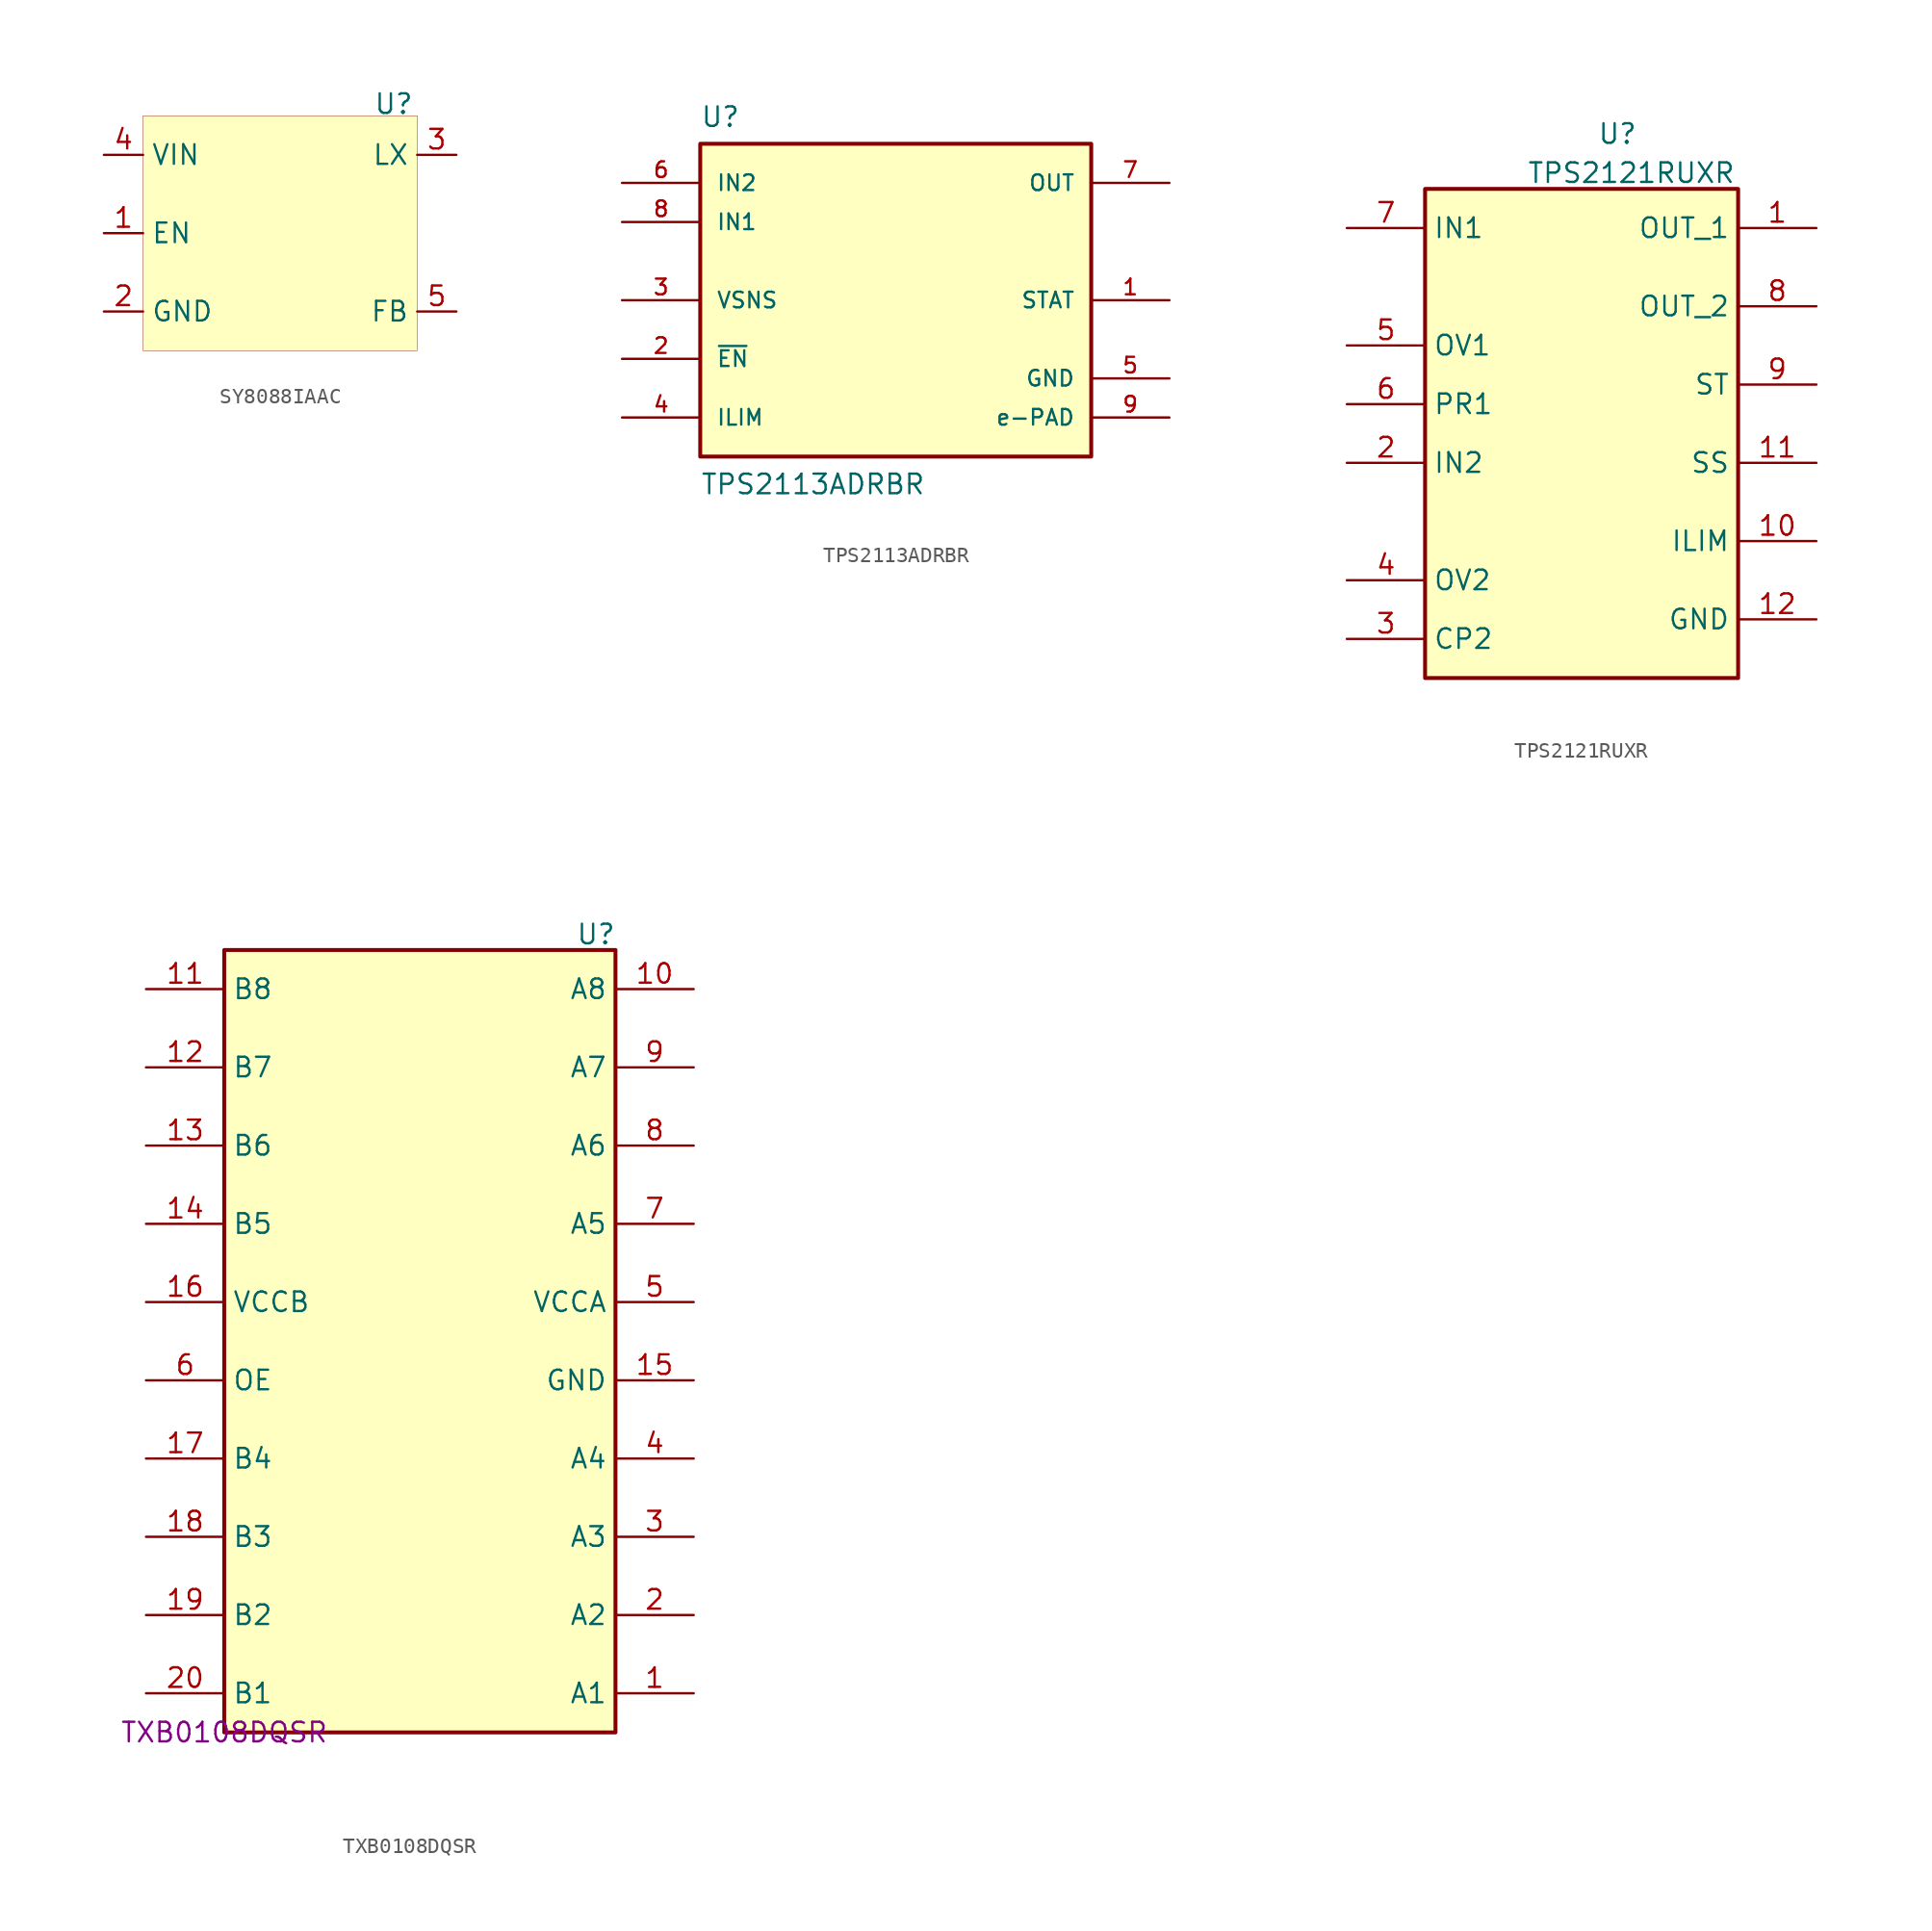
<source format=kicad_sym>
(kicad_symbol_lib
  (version 20231120)
  (generator "kicad_symbol_editor")
  (generator_version "8.0")
  (symbol "SY8088IAAC"
    (property "Reference" "U"
      (at 16.256 16.002 0)
      (effects (font (size 1.27 1.27))))
    (property "Value" ""
      (at 0 0 0)
      (effects (font (size 1.27 1.27))))
    (symbol "SY8088IAAC_1_0"
      (rectangle (start 0 15.24) (end 17.78 0) (stroke (width 0.025) (type solid) (color 128 0 0 1)) (fill (type background)))
      (pin passive line (at -2.54 7.62 0) (length 2.54) (name "EN" (effects (font (size 1.27 1.27)))) (number "1" (effects (font (size 1.27 1.27)))))
      (pin passive line (at -2.54 2.54 0) (length 2.54) (name "GND" (effects (font (size 1.27 1.27)))) (number "2" (effects (font (size 1.27 1.27)))))
      (pin passive line (at 20.32 12.7 180) (length 2.54) (name "LX" (effects (font (size 1.27 1.27)))) (number "3" (effects (font (size 1.27 1.27)))))
      (pin passive line (at -2.54 12.7 0) (length 2.54) (name "VIN" (effects (font (size 1.27 1.27)))) (number "4" (effects (font (size 1.27 1.27)))))
      (pin passive line (at 20.32 2.54 180) (length 2.54) (name "FB" (effects (font (size 1.27 1.27)))) (number "5" (effects (font (size 1.27 1.27)))))))
  (symbol "TPS2113ADRBR"
    (pin_names
      (offset 1.016))
    (property "Reference" "U"
      (at -12.7 11.16 0)
      (effects (font (size 1.27 1.27)) (justify left bottom)))
    (property "Value" "TPS2113ADRBR"
      (at -12.7 -12.7 0)
      (effects (font (size 1.27 1.27)) (justify left bottom)))
    (symbol "TPS2113ADRBR_0_0"
      (rectangle (start -12.7 -10.16) (end 12.7 10.16) (stroke (width 0.254) (type default)) (fill (type background)))
      (pin output line (at 17.78 0 180) (length 5.08) (name "STAT" (effects (font (size 1.016 1.016)))) (number "1" (effects (font (size 1.016 1.016)))))
      (pin input line (at -17.78 -3.81 0) (length 5.08) (name "~{EN}" (effects (font (size 1.016 1.016)))) (number "2" (effects (font (size 1.016 1.016)))))
      (pin input line (at -17.78 0 0) (length 5.08) (name "VSNS" (effects (font (size 1.016 1.016)))) (number "3" (effects (font (size 1.016 1.016)))))
      (pin input line (at -17.78 -7.62 0) (length 5.08) (name "ILIM" (effects (font (size 1.016 1.016)))) (number "4" (effects (font (size 1.016 1.016)))))
      (pin power_in line (at 17.78 -5.08 180) (length 5.08) (name "GND" (effects (font (size 1.016 1.016)))) (number "5" (effects (font (size 1.016 1.016)))))
      (pin input line (at -17.78 7.62 0) (length 5.08) (name "IN2" (effects (font (size 1.016 1.016)))) (number "6" (effects (font (size 1.016 1.016)))))
      (pin output line (at 17.78 7.62 180) (length 5.08) (name "OUT" (effects (font (size 1.016 1.016)))) (number "7" (effects (font (size 1.016 1.016)))))
      (pin input line (at -17.78 5.08 0) (length 5.08) (name "IN1" (effects (font (size 1.016 1.016)))) (number "8" (effects (font (size 1.016 1.016)))))
      (pin power_in line (at 17.78 -7.62 180) (length 5.08) (name "e-PAD" (effects (font (size 1.016 1.016)))) (number "9" (effects (font (size 1.016 1.016)))))))
  (symbol "TPS2121RUXR"
    (property "Reference" "U"
      (at 16.256 6.858 0)
      (effects (font (size 1.27 1.27)) (justify left top)))
    (property "Value" "TPS2121RUXR"
      (at 11.684 4.318 0)
      (effects (font (size 1.27 1.27)) (justify left top)))
    (symbol "TPS2121RUXR_1_1"
      (rectangle (start 5.08 2.54) (end 25.4 -29.21) (stroke (width 0.254) (type default)) (fill (type background)))
      (pin passive line (at 30.48 0 180) (length 5.08) (name "OUT_1" (effects (font (size 1.27 1.27)))) (number "1" (effects (font (size 1.27 1.27)))))
      (pin passive line (at 30.48 -20.32 180) (length 5.08) (name "ILIM" (effects (font (size 1.27 1.27)))) (number "10" (effects (font (size 1.27 1.27)))))
      (pin passive line (at 30.48 -15.24 180) (length 5.08) (name "SS" (effects (font (size 1.27 1.27)))) (number "11" (effects (font (size 1.27 1.27)))))
      (pin passive line (at 30.48 -25.4 180) (length 5.08) (name "GND" (effects (font (size 1.27 1.27)))) (number "12" (effects (font (size 1.27 1.27)))))
      (pin passive line (at 0 -15.24 0) (length 5.08) (name "IN2" (effects (font (size 1.27 1.27)))) (number "2" (effects (font (size 1.27 1.27)))))
      (pin passive line (at 0 -26.67 0) (length 5.08) (name "CP2" (effects (font (size 1.27 1.27)))) (number "3" (effects (font (size 1.27 1.27)))))
      (pin passive line (at 0 -22.86 0) (length 5.08) (name "OV2" (effects (font (size 1.27 1.27)))) (number "4" (effects (font (size 1.27 1.27)))))
      (pin passive line (at 0 -7.62 0) (length 5.08) (name "OV1" (effects (font (size 1.27 1.27)))) (number "5" (effects (font (size 1.27 1.27)))))
      (pin passive line (at 0 -11.43 0) (length 5.08) (name "PR1" (effects (font (size 1.27 1.27)))) (number "6" (effects (font (size 1.27 1.27)))))
      (pin passive line (at 0 0 0) (length 5.08) (name "IN1" (effects (font (size 1.27 1.27)))) (number "7" (effects (font (size 1.27 1.27)))))
      (pin passive line (at 30.48 -5.08 180) (length 5.08) (name "OUT_2" (effects (font (size 1.27 1.27)))) (number "8" (effects (font (size 1.27 1.27)))))
      (pin passive line (at 30.48 -10.16 180) (length 5.08) (name "ST" (effects (font (size 1.27 1.27)))) (number "9" (effects (font (size 1.27 1.27)))))))
  (symbol "TXB0108DQSR"
    (property "Reference" "U"
      (at 24.13 51.816 0)
      (effects (font (size 1.27 1.27))))
    (property "Value" ""
      (at 0 0 0)
      (effects (font (size 1.27 1.27))))
    (property "Manufacturer Part Number" "TXB0108DQSR"
      (at 0 0 0)
      (effects (font (size 1.27 1.27))))
    (symbol "TXB0108DQSR_1_1"
      (rectangle (start 0 50.8) (end 25.4 0) (stroke (width 0.254) (type default)) (fill (type background)))
      (pin passive line (at 30.48 2.54 180) (length 5.08) (name "A1" (effects (font (size 1.27 1.27)))) (number "1" (effects (font (size 1.27 1.27)))))
      (pin passive line (at 30.48 48.26 180) (length 5.08) (name "A8" (effects (font (size 1.27 1.27)))) (number "10" (effects (font (size 1.27 1.27)))))
      (pin passive line (at -5.08 48.26 0) (length 5.08) (name "B8" (effects (font (size 1.27 1.27)))) (number "11" (effects (font (size 1.27 1.27)))))
      (pin passive line (at -5.08 43.18 0) (length 5.08) (name "B7" (effects (font (size 1.27 1.27)))) (number "12" (effects (font (size 1.27 1.27)))))
      (pin passive line (at -5.08 38.1 0) (length 5.08) (name "B6" (effects (font (size 1.27 1.27)))) (number "13" (effects (font (size 1.27 1.27)))))
      (pin passive line (at -5.08 33.02 0) (length 5.08) (name "B5" (effects (font (size 1.27 1.27)))) (number "14" (effects (font (size 1.27 1.27)))))
      (pin passive line (at 30.48 22.86 180) (length 5.08) (name "GND" (effects (font (size 1.27 1.27)))) (number "15" (effects (font (size 1.27 1.27)))))
      (pin passive line (at -5.08 27.94 0) (length 5.08) (name "VCCB" (effects (font (size 1.27 1.27)))) (number "16" (effects (font (size 1.27 1.27)))))
      (pin passive line (at -5.08 17.78 0) (length 5.08) (name "B4" (effects (font (size 1.27 1.27)))) (number "17" (effects (font (size 1.27 1.27)))))
      (pin passive line (at -5.08 12.7 0) (length 5.08) (name "B3" (effects (font (size 1.27 1.27)))) (number "18" (effects (font (size 1.27 1.27)))))
      (pin passive line (at -5.08 7.62 0) (length 5.08) (name "B2" (effects (font (size 1.27 1.27)))) (number "19" (effects (font (size 1.27 1.27)))))
      (pin passive line (at 30.48 7.62 180) (length 5.08) (name "A2" (effects (font (size 1.27 1.27)))) (number "2" (effects (font (size 1.27 1.27)))))
      (pin passive line (at -5.08 2.54 0) (length 5.08) (name "B1" (effects (font (size 1.27 1.27)))) (number "20" (effects (font (size 1.27 1.27)))))
      (pin passive line (at 30.48 12.7 180) (length 5.08) (name "A3" (effects (font (size 1.27 1.27)))) (number "3" (effects (font (size 1.27 1.27)))))
      (pin passive line (at 30.48 17.78 180) (length 5.08) (name "A4" (effects (font (size 1.27 1.27)))) (number "4" (effects (font (size 1.27 1.27)))))
      (pin passive line (at 30.48 27.94 180) (length 5.08) (name "VCCA" (effects (font (size 1.27 1.27)))) (number "5" (effects (font (size 1.27 1.27)))))
      (pin passive line (at -5.08 22.86 0) (length 5.08) (name "OE" (effects (font (size 1.27 1.27)))) (number "6" (effects (font (size 1.27 1.27)))))
      (pin passive line (at 30.48 33.02 180) (length 5.08) (name "A5" (effects (font (size 1.27 1.27)))) (number "7" (effects (font (size 1.27 1.27)))))
      (pin passive line (at 30.48 38.1 180) (length 5.08) (name "A6" (effects (font (size 1.27 1.27)))) (number "8" (effects (font (size 1.27 1.27)))))
      (pin passive line (at 30.48 43.18 180) (length 5.08) (name "A7" (effects (font (size 1.27 1.27)))) (number "9" (effects (font (size 1.27 1.27))))))))
</source>
